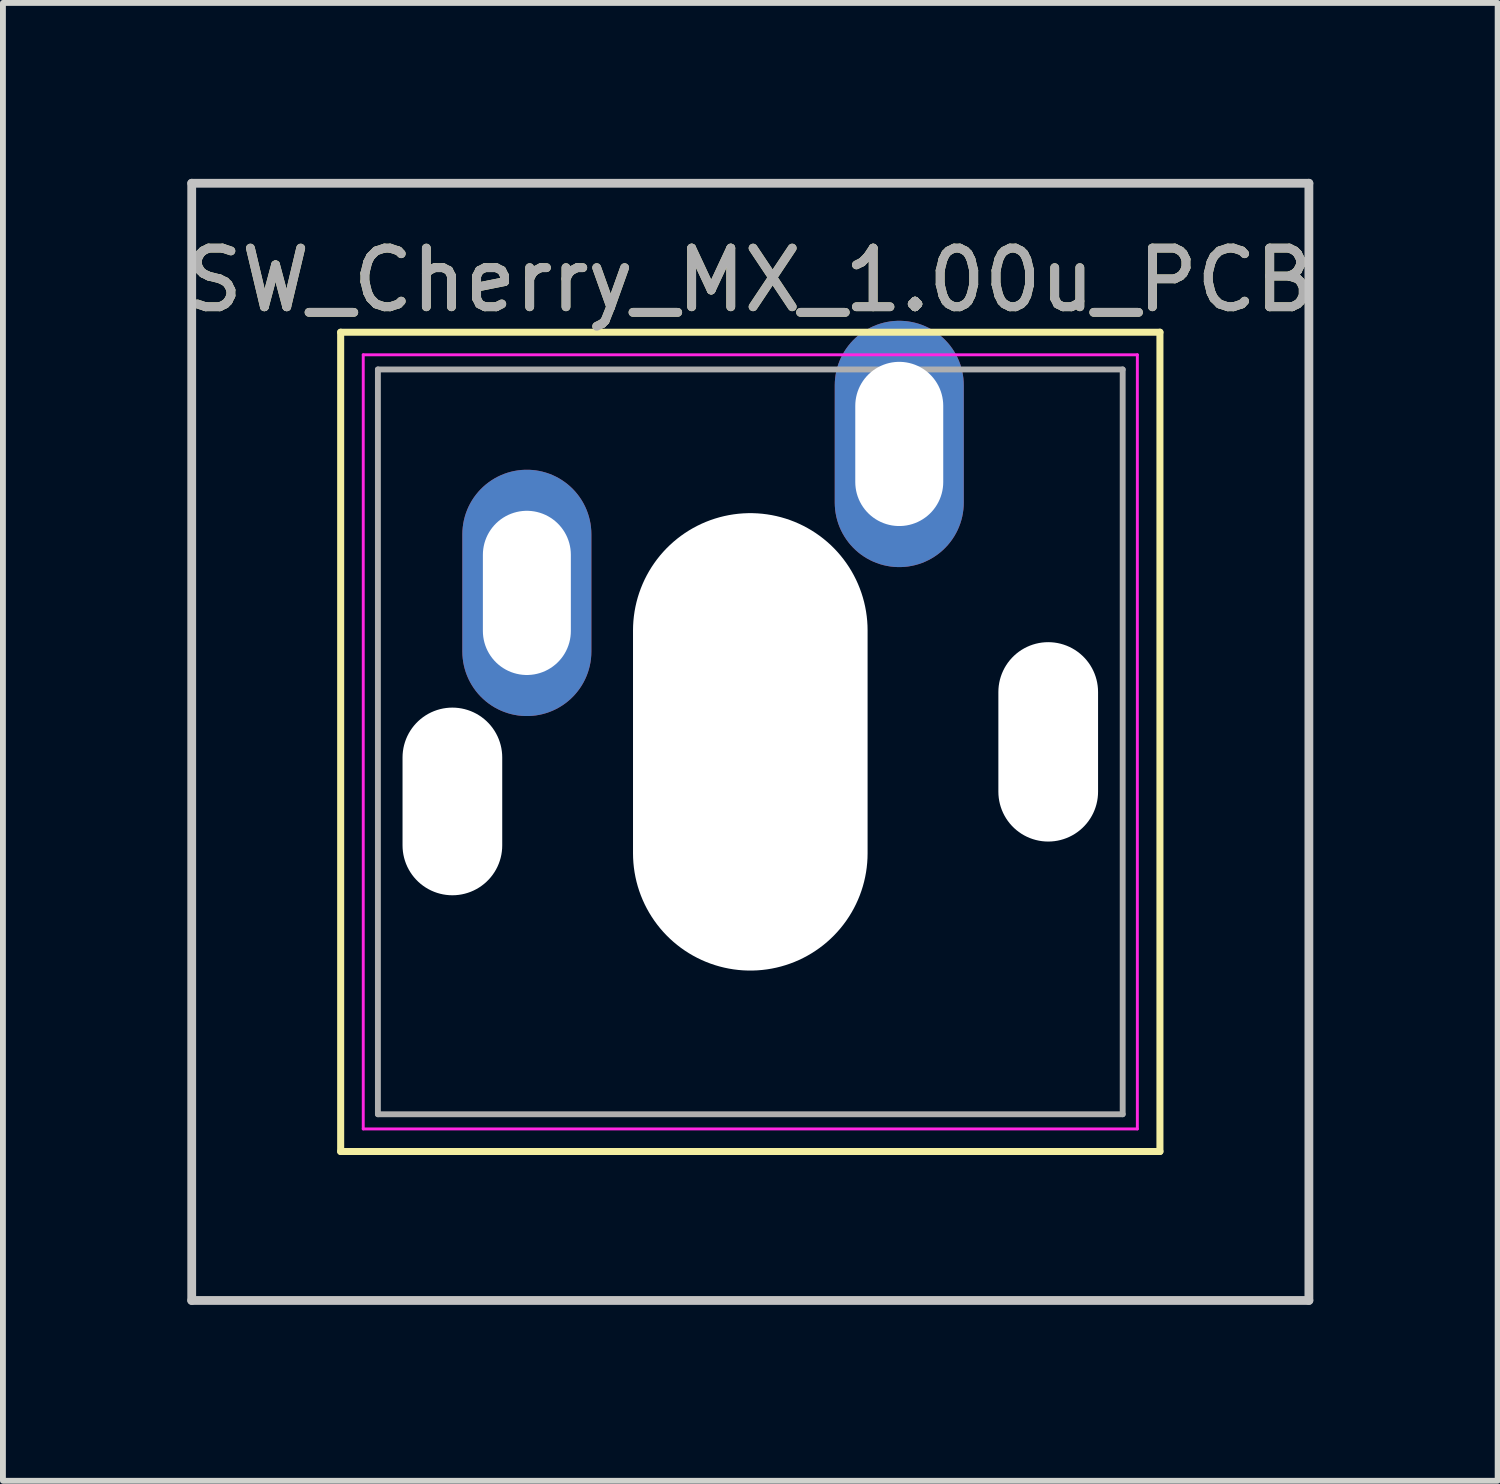
<source format=kicad_pcb>
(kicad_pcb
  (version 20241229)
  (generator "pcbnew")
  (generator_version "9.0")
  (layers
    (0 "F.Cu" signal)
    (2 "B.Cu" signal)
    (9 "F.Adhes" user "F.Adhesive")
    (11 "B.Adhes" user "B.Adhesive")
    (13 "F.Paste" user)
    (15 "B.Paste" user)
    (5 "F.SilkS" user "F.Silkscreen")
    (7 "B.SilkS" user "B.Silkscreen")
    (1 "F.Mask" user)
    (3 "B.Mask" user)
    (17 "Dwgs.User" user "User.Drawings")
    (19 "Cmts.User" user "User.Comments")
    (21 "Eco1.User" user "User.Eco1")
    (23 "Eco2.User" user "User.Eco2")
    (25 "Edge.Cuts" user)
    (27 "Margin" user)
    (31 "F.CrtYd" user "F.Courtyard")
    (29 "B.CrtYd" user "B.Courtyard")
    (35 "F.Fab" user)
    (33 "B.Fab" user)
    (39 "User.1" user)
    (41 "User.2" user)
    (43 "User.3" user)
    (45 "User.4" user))
  (footprint "SW_Cherry_MX_1.00u_PCB"
    (layer "F.Cu")
    (at 12.284 4.52)
    (property "Reference" "SW_Cherry_MX_1.00u_PCB" (at -2.54 -2.794 0) (layer "F.SilkS") (effects (font (size 1 1) (thickness 0.15))))
    (attr through_hole)
    (fp_line (start -9.525 -1.905) (end 4.445 -1.905) (stroke (width 0.12) (type solid)) (layer "F.SilkS"))
    (fp_line (start -9.525 12.065) (end -9.525 -1.905) (stroke (width 0.12) (type solid)) (layer "F.SilkS"))
    (fp_line (start 4.445 -1.905) (end 4.445 12.065) (stroke (width 0.12) (type solid)) (layer "F.SilkS"))
    (fp_line (start 4.445 12.065) (end -9.525 12.065) (stroke (width 0.12) (type solid)) (layer "F.SilkS"))
    (fp_line (start -12.065 -4.445) (end 6.985 -4.445) (stroke (width 0.15) (type solid)) (layer "Dwgs.User"))
    (fp_line (start -12.065 14.605) (end -12.065 -4.445) (stroke (width 0.15) (type solid)) (layer "Dwgs.User"))
    (fp_line (start 6.985 -4.445) (end 6.985 14.605) (stroke (width 0.15) (type solid)) (layer "Dwgs.User"))
    (fp_line (start 6.985 14.605) (end -12.065 14.605) (stroke (width 0.15) (type solid)) (layer "Dwgs.User"))
    (fp_line (start -9.14 -1.52) (end 4.06 -1.52) (stroke (width 0.05) (type solid)) (layer "F.CrtYd"))
    (fp_line (start -9.14 11.68) (end -9.14 -1.52) (stroke (width 0.05) (type solid)) (layer "F.CrtYd"))
    (fp_line (start 4.06 -1.52) (end 4.06 11.68) (stroke (width 0.05) (type solid)) (layer "F.CrtYd"))
    (fp_line (start 4.06 11.68) (end -9.14 11.68) (stroke (width 0.05) (type solid)) (layer "F.CrtYd"))
    (fp_line (start -8.89 -1.27) (end 3.81 -1.27) (stroke (width 0.1) (type solid)) (layer "F.Fab"))
    (fp_line (start -8.89 11.43) (end -8.89 -1.27) (stroke (width 0.1) (type solid)) (layer "F.Fab"))
    (fp_line (start 3.81 -1.27) (end 3.81 11.43) (stroke (width 0.1) (type solid)) (layer "F.Fab"))
    (fp_line (start 3.81 11.43) (end -8.89 11.43) (stroke (width 0.1) (type solid)) (layer "F.Fab"))
    (fp_text user "${REFERENCE}" (at -2.54 -2.794 0) (layer "F.Fab") (effects (font (size 1 1) (thickness 0.15))))
    (pad "" np_thru_hole oval (at -7.62 6.096) (size 1.7 3.2) (drill oval 1.7 3.2) (layers "*.Cu" "*.Mask"))
    (pad "" np_thru_hole oval (at -2.54 5.08) (size 4 7.8) (drill oval 4 7.8) (layers "*.Cu" "*.Mask"))
    (pad "" np_thru_hole oval (at 2.54 5.08) (size 1.7 3.4) (drill oval 1.7 3.4) (layers "*.Cu" "*.Mask"))
    (pad "1" thru_hole oval (at 0 0) (size 2.2 4.2) (drill oval 1.5 2.8) (layers "*.Cu" "*.Mask"))
    (pad "2" thru_hole oval (at -6.35 2.54) (size 2.2 4.2) (drill oval 1.5 2.8) (layers "*.Cu" "*.Mask")))
  (gr_rect
    (start -3 -3)
    (end 22.488 22.2)
    (stroke (width 0.1) (type default))
    (fill no)
    (layer "Edge.Cuts")))
</source>
